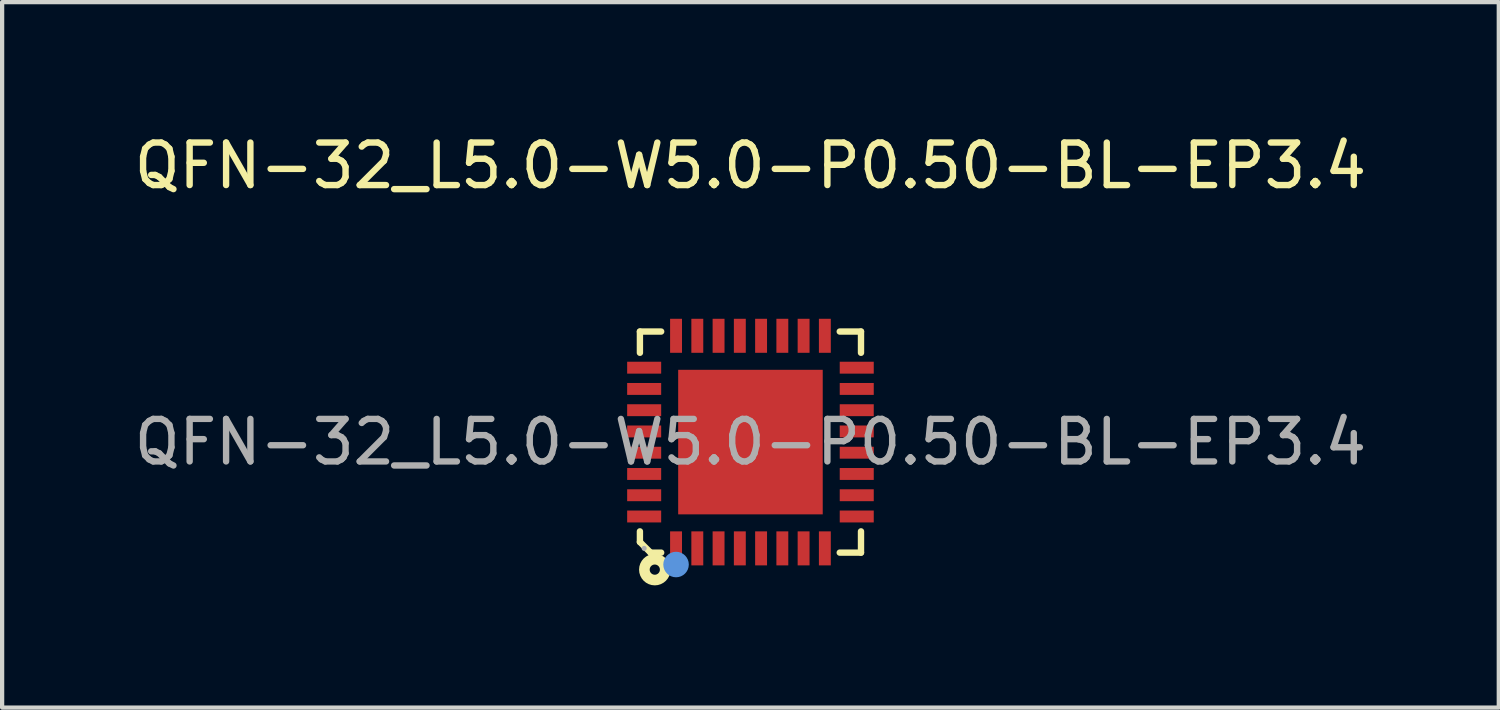
<source format=kicad_pcb>
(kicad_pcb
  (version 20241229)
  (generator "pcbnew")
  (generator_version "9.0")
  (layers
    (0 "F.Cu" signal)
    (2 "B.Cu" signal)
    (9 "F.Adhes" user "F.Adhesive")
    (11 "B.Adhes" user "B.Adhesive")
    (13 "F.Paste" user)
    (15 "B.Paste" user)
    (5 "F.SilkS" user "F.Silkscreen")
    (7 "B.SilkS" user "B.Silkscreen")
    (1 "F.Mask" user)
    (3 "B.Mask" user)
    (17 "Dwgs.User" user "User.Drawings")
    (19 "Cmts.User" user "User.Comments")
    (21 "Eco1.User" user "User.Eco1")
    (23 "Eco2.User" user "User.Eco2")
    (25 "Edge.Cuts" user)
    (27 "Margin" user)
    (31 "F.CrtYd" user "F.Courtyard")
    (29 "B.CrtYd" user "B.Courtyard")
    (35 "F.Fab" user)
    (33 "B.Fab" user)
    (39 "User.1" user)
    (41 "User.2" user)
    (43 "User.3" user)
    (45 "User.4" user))
  (footprint "QFN-32_L5.0-W5.0-P0.50-BL-EP3.4"
    (layer "F.Cu")
    (at 14.601 7.348)
    (property "Reference" "QFN-32_L5.0-W5.0-P0.50-BL-EP3.4" (at 0 -6.5 0) (layer "F.SilkS") (effects (font (size 1 1) (thickness 0.15))))
    (attr smd)
    (fp_line (start -2.6 -2.6) (end -2.6 -2.1) (stroke (width 0.15) (type solid)) (layer "F.SilkS"))
    (fp_line (start -2.6 -2.6) (end -2.1 -2.6) (stroke (width 0.15) (type solid)) (layer "F.SilkS"))
    (fp_line (start -2.6 2.1) (end -2.6 2.35) (stroke (width 0.15) (type solid)) (layer "F.SilkS"))
    (fp_line (start -2.6 2.35) (end -2.35 2.6) (stroke (width 0.15) (type solid)) (layer "F.SilkS"))
    (fp_line (start -2.35 2.6) (end -2.1 2.6) (stroke (width 0.15) (type solid)) (layer "F.SilkS"))
    (fp_line (start 2.6 -2.6) (end 2.1 -2.6) (stroke (width 0.15) (type solid)) (layer "F.SilkS"))
    (fp_line (start 2.6 -2.6) (end 2.6 -2.1) (stroke (width 0.15) (type solid)) (layer "F.SilkS"))
    (fp_line (start 2.6 2.6) (end 2.1 2.6) (stroke (width 0.15) (type solid)) (layer "F.SilkS"))
    (fp_line (start 2.6 2.6) (end 2.6 2.1) (stroke (width 0.15) (type solid)) (layer "F.SilkS"))
    (fp_circle (center -2.25 3) (end -2.13 3) (stroke (width 0.25) (type solid)) (fill no) (layer "F.SilkS"))
    (fp_circle (center -1.75 2.88) (end -1.6 2.88) (stroke (width 0.3) (type solid)) (fill no) (layer "Cmts.User"))
    (fp_circle (center -2.5 2.5) (end -2.47 2.5) (stroke (width 0.06) (type solid)) (fill no) (layer "F.Fab"))
    (fp_text user "${REFERENCE}" (at 0 0 0) (layer "F.Fab") (effects (font (size 1 1) (thickness 0.15))))
    (pad "1" smd rect (at -1.75 2.5) (size 0.28 0.8) (layers "F.Cu" "F.Mask" "F.Paste"))
    (pad "2" smd rect (at -1.25 2.5) (size 0.28 0.8) (layers "F.Cu" "F.Mask" "F.Paste"))
    (pad "3" smd rect (at -0.75 2.5) (size 0.28 0.8) (layers "F.Cu" "F.Mask" "F.Paste"))
    (pad "4" smd rect (at -0.25 2.5) (size 0.28 0.8) (layers "F.Cu" "F.Mask" "F.Paste"))
    (pad "5" smd rect (at 0.25 2.5) (size 0.28 0.8) (layers "F.Cu" "F.Mask" "F.Paste"))
    (pad "6" smd rect (at 0.75 2.5) (size 0.28 0.8) (layers "F.Cu" "F.Mask" "F.Paste"))
    (pad "7" smd rect (at 1.25 2.5) (size 0.28 0.8) (layers "F.Cu" "F.Mask" "F.Paste"))
    (pad "8" smd rect (at 1.75 2.5) (size 0.28 0.8) (layers "F.Cu" "F.Mask" "F.Paste"))
    (pad "9" smd rect (at 2.5 1.75) (size 0.8 0.28) (layers "F.Cu" "F.Mask" "F.Paste"))
    (pad "10" smd rect (at 2.5 1.25) (size 0.8 0.28) (layers "F.Cu" "F.Mask" "F.Paste"))
    (pad "11" smd rect (at 2.5 0.75) (size 0.8 0.28) (layers "F.Cu" "F.Mask" "F.Paste"))
    (pad "12" smd rect (at 2.5 0.25) (size 0.8 0.28) (layers "F.Cu" "F.Mask" "F.Paste"))
    (pad "13" smd rect (at 2.5 -0.25) (size 0.8 0.28) (layers "F.Cu" "F.Mask" "F.Paste"))
    (pad "14" smd rect (at 2.5 -0.75) (size 0.8 0.28) (layers "F.Cu" "F.Mask" "F.Paste"))
    (pad "15" smd rect (at 2.5 -1.25) (size 0.8 0.28) (layers "F.Cu" "F.Mask" "F.Paste"))
    (pad "16" smd rect (at 2.5 -1.75) (size 0.8 0.28) (layers "F.Cu" "F.Mask" "F.Paste"))
    (pad "17" smd rect (at 1.75 -2.5) (size 0.28 0.8) (layers "F.Cu" "F.Mask" "F.Paste"))
    (pad "18" smd rect (at 1.25 -2.5) (size 0.28 0.8) (layers "F.Cu" "F.Mask" "F.Paste"))
    (pad "19" smd rect (at 0.75 -2.5) (size 0.28 0.8) (layers "F.Cu" "F.Mask" "F.Paste"))
    (pad "20" smd rect (at 0.25 -2.5) (size 0.28 0.8) (layers "F.Cu" "F.Mask" "F.Paste"))
    (pad "21" smd rect (at -0.25 -2.5) (size 0.28 0.8) (layers "F.Cu" "F.Mask" "F.Paste"))
    (pad "22" smd rect (at -0.75 -2.5) (size 0.28 0.8) (layers "F.Cu" "F.Mask" "F.Paste"))
    (pad "23" smd rect (at -1.25 -2.5) (size 0.28 0.8) (layers "F.Cu" "F.Mask" "F.Paste"))
    (pad "24" smd rect (at -1.75 -2.5) (size 0.28 0.8) (layers "F.Cu" "F.Mask" "F.Paste"))
    (pad "25" smd rect (at -2.5 -1.75) (size 0.8 0.28) (layers "F.Cu" "F.Mask" "F.Paste"))
    (pad "26" smd rect (at -2.5 -1.25) (size 0.8 0.28) (layers "F.Cu" "F.Mask" "F.Paste"))
    (pad "27" smd rect (at -2.5 -0.75) (size 0.8 0.28) (layers "F.Cu" "F.Mask" "F.Paste"))
    (pad "28" smd rect (at -2.5 -0.25) (size 0.8 0.28) (layers "F.Cu" "F.Mask" "F.Paste"))
    (pad "29" smd rect (at -2.5 0.25) (size 0.8 0.28) (layers "F.Cu" "F.Mask" "F.Paste"))
    (pad "30" smd rect (at -2.5 0.75) (size 0.8 0.28) (layers "F.Cu" "F.Mask" "F.Paste"))
    (pad "31" smd rect (at -2.5 1.25) (size 0.8 0.28) (layers "F.Cu" "F.Mask" "F.Paste"))
    (pad "32" smd rect (at -2.5 1.75) (size 0.8 0.28) (layers "F.Cu" "F.Mask" "F.Paste"))
    (pad "33" smd rect (at 0 0 180) (size 3.4 3.4) (layers "F.Cu" "F.Mask" "F.Paste")))
  (gr_rect
    (start -3 -3)
    (end 32.202 13.593)
    (stroke (width 0.1) (type default))
    (fill no)
    (layer "Edge.Cuts")))
</source>
